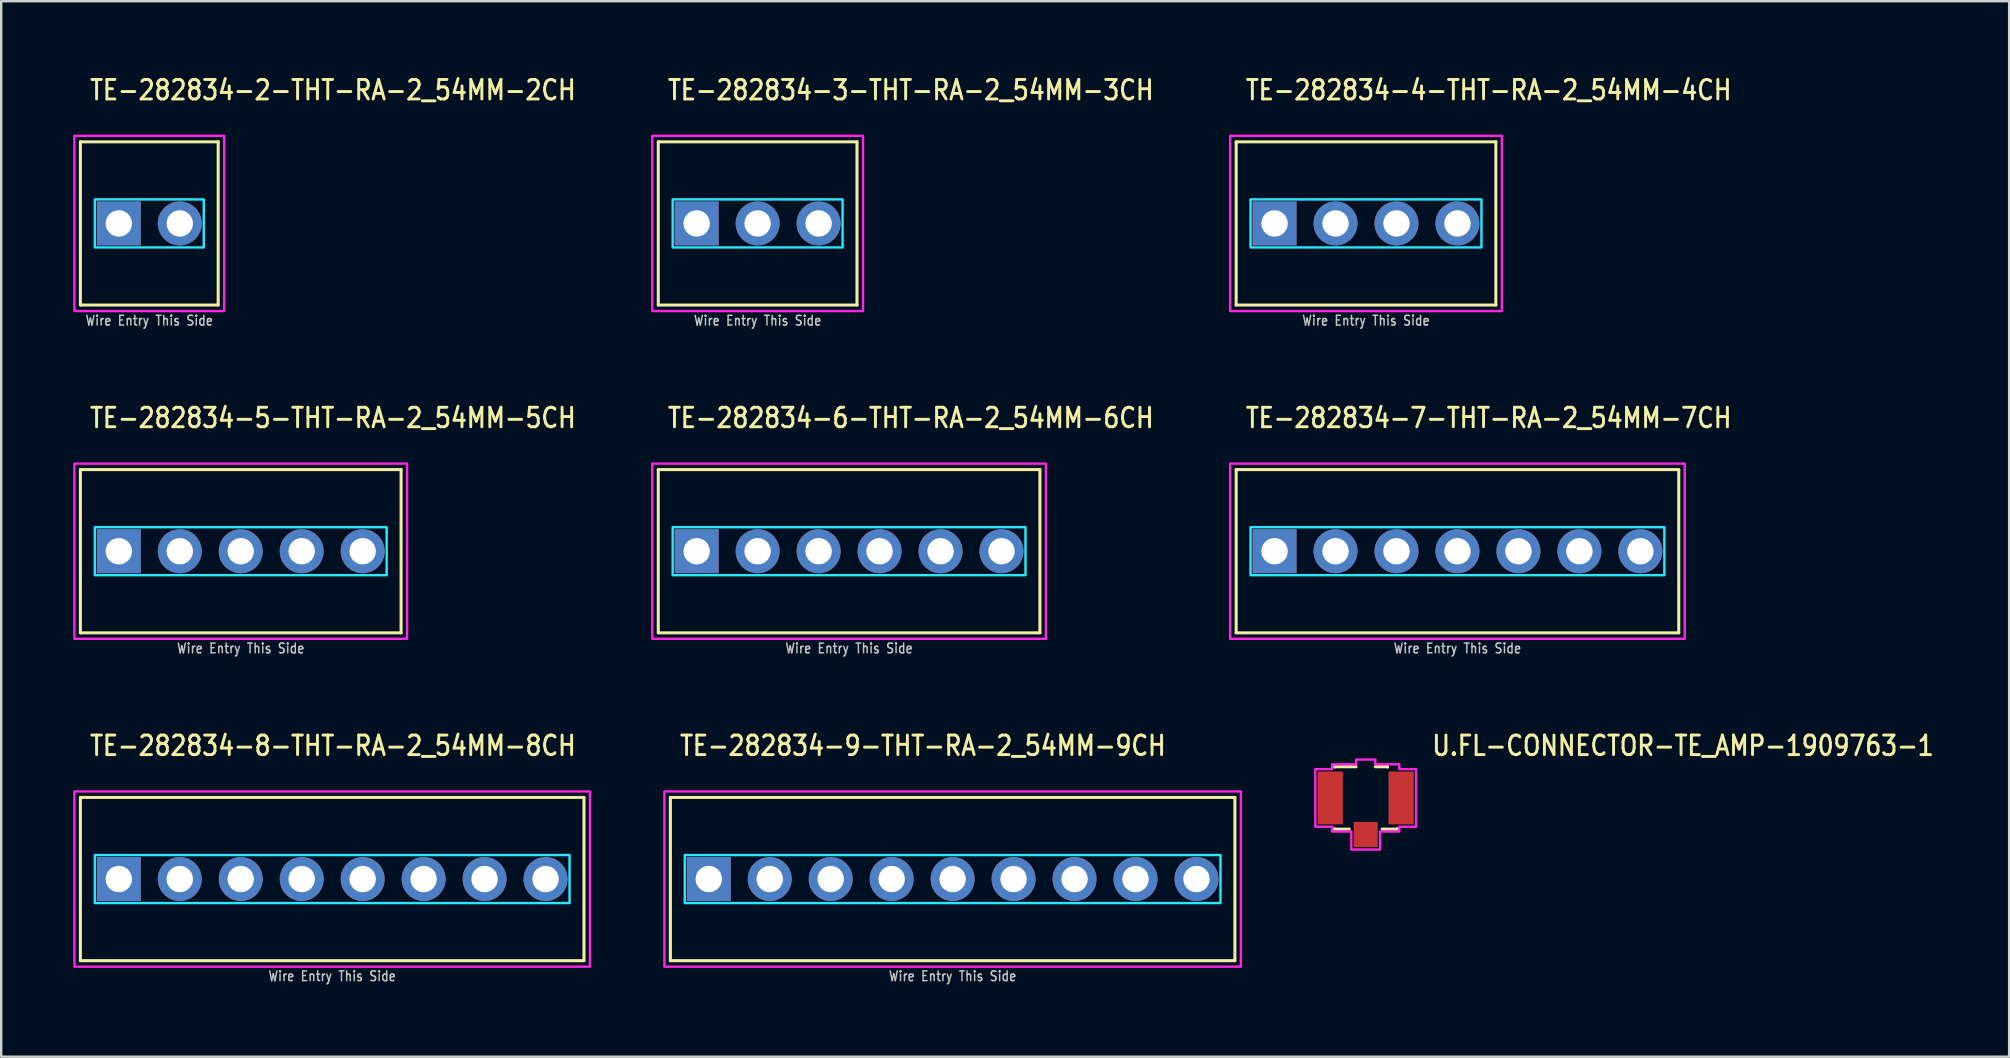
<source format=kicad_pcb>
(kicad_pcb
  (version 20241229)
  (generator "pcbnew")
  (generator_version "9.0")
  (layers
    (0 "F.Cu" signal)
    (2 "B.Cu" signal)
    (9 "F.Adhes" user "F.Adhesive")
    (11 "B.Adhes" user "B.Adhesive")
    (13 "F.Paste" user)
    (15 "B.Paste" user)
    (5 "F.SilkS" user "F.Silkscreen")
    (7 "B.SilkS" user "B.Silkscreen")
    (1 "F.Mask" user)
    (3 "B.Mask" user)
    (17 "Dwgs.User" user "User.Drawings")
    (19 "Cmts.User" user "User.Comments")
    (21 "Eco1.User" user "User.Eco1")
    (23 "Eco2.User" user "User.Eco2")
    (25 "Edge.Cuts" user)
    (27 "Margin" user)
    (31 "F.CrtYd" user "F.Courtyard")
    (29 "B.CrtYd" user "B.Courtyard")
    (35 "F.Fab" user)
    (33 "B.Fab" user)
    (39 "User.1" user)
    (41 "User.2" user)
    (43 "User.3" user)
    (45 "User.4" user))
  (footprint "TE-282834-6-THT-RA-2_54MM-6CH"
    (layer "F.Cu")
    (at 32.326 19.916)
    (property "Reference" "TE-282834-6-THT-RA-2_54MM-6CH" (at -7.62 -5.08 0) (unlocked yes) (layer "F.SilkS") (effects (font (size 0.813 0.695) (thickness 0.122)) (justify left bottom)))
    (fp_line (start -7.95 -3.4) (end 7.95 -3.4) (stroke (width 0.127) (type solid)) (layer "F.SilkS"))
    (fp_line (start -7.95 3.4) (end -7.95 -3.4) (stroke (width 0.127) (type solid)) (layer "F.SilkS"))
    (fp_line (start 7.95 -3.4) (end 7.95 3.4) (stroke (width 0.127) (type solid)) (layer "F.SilkS"))
    (fp_line (start 7.95 3.4) (end -7.95 3.4) (stroke (width 0.127) (type solid)) (layer "F.SilkS"))
    (fp_poly (pts (xy -7.35 -1) (xy -7.35 1) (xy 7.35 1) (xy 7.35 -1)) (stroke (width 0.1) (type solid)) (fill no) (layer "B.CrtYd"))
    (fp_poly (pts (xy -8.2 -3.65) (xy 8.2 -3.65) (xy 8.2 3.65) (xy -8.2 3.65)) (stroke (width 0.1) (type solid)) (fill no) (layer "F.CrtYd"))
    (fp_text user "Wire Entry This Side" (at 0 3.81 0) (unlocked yes) (layer "Dwgs.User") (effects (font (size 0.406 0.347) (thickness 0.061)) (justify top)))
    (pad "1" thru_hole rect (at -6.35 0) (size 1.833 1.833) (drill 1.1) (layers "*.Cu" "*.Mask"))
    (pad "2" thru_hole oval (at -3.81 0) (size 1.833 1.833) (drill 1.1) (layers "*.Cu" "*.Mask"))
    (pad "3" thru_hole oval (at -1.27 0) (size 1.833 1.833) (drill 1.1) (layers "*.Cu" "*.Mask"))
    (pad "4" thru_hole oval (at 1.27 0) (size 1.833 1.833) (drill 1.1) (layers "*.Cu" "*.Mask"))
    (pad "5" thru_hole oval (at 3.81 0) (size 1.833 1.833) (drill 1.1) (layers "*.Cu" "*.Mask"))
    (pad "6" thru_hole oval (at 6.35 0) (size 1.833 1.833) (drill 1.1) (layers "*.Cu" "*.Mask")))
  (footprint "TE-282834-5-THT-RA-2_54MM-5CH"
    (layer "F.Cu")
    (at 6.98 19.916)
    (property "Reference" "TE-282834-5-THT-RA-2_54MM-5CH" (at -6.35 -5.08 0) (unlocked yes) (layer "F.SilkS") (effects (font (size 0.813 0.695) (thickness 0.122)) (justify left bottom)))
    (fp_line (start -6.68 -3.4) (end 6.68 -3.4) (stroke (width 0.127) (type solid)) (layer "F.SilkS"))
    (fp_line (start -6.68 3.4) (end -6.68 -3.4) (stroke (width 0.127) (type solid)) (layer "F.SilkS"))
    (fp_line (start 6.68 -3.4) (end 6.68 3.4) (stroke (width 0.127) (type solid)) (layer "F.SilkS"))
    (fp_line (start 6.68 3.4) (end -6.68 3.4) (stroke (width 0.127) (type solid)) (layer "F.SilkS"))
    (fp_poly (pts (xy -6.08 -1) (xy -6.08 1) (xy 6.08 1) (xy 6.08 -1)) (stroke (width 0.1) (type solid)) (fill no) (layer "B.CrtYd"))
    (fp_poly (pts (xy -6.93 -3.65) (xy 6.93 -3.65) (xy 6.93 3.65) (xy -6.93 3.65)) (stroke (width 0.1) (type solid)) (fill no) (layer "F.CrtYd"))
    (fp_text user "Wire Entry This Side" (at 0 3.81 0) (unlocked yes) (layer "Dwgs.User") (effects (font (size 0.406 0.347) (thickness 0.061)) (justify top)))
    (pad "1" thru_hole rect (at -5.08 0) (size 1.833 1.833) (drill 1.1) (layers "*.Cu" "*.Mask"))
    (pad "2" thru_hole oval (at -2.54 0) (size 1.833 1.833) (drill 1.1) (layers "*.Cu" "*.Mask"))
    (pad "3" thru_hole oval (at 0 0) (size 1.833 1.833) (drill 1.1) (layers "*.Cu" "*.Mask"))
    (pad "4" thru_hole oval (at 2.54 0) (size 1.833 1.833) (drill 1.1) (layers "*.Cu" "*.Mask"))
    (pad "5" thru_hole oval (at 5.08 0) (size 1.833 1.833) (drill 1.1) (layers "*.Cu" "*.Mask")))
  (footprint "TE-282834-8-THT-RA-2_54MM-8CH"
    (layer "F.Cu")
    (at 10.79 33.574)
    (property "Reference" "TE-282834-8-THT-RA-2_54MM-8CH" (at -10.16 -5.08 0) (unlocked yes) (layer "F.SilkS") (effects (font (size 0.813 0.695) (thickness 0.122)) (justify left bottom)))
    (fp_line (start -10.49 -3.4) (end 10.49 -3.4) (stroke (width 0.127) (type solid)) (layer "F.SilkS"))
    (fp_line (start -10.49 3.4) (end -10.49 -3.4) (stroke (width 0.127) (type solid)) (layer "F.SilkS"))
    (fp_line (start 10.49 -3.4) (end 10.49 3.4) (stroke (width 0.127) (type solid)) (layer "F.SilkS"))
    (fp_line (start 10.49 3.4) (end -10.49 3.4) (stroke (width 0.127) (type solid)) (layer "F.SilkS"))
    (fp_poly (pts (xy -9.89 -1) (xy -9.89 1) (xy 9.89 1) (xy 9.89 -1)) (stroke (width 0.1) (type solid)) (fill no) (layer "B.CrtYd"))
    (fp_poly (pts (xy -10.74 -3.65) (xy 10.74 -3.65) (xy 10.74 3.65) (xy -10.74 3.65)) (stroke (width 0.1) (type solid)) (fill no) (layer "F.CrtYd"))
    (fp_text user "Wire Entry This Side" (at 0 3.81 0) (unlocked yes) (layer "Dwgs.User") (effects (font (size 0.406 0.347) (thickness 0.061)) (justify top)))
    (pad "1" thru_hole rect (at -8.89 0) (size 1.833 1.833) (drill 1.1) (layers "*.Cu" "*.Mask"))
    (pad "2" thru_hole oval (at -6.35 0) (size 1.833 1.833) (drill 1.1) (layers "*.Cu" "*.Mask"))
    (pad "3" thru_hole oval (at -3.81 0) (size 1.833 1.833) (drill 1.1) (layers "*.Cu" "*.Mask"))
    (pad "4" thru_hole oval (at -1.27 0) (size 1.833 1.833) (drill 1.1) (layers "*.Cu" "*.Mask"))
    (pad "5" thru_hole oval (at 1.27 0) (size 1.833 1.833) (drill 1.1) (layers "*.Cu" "*.Mask"))
    (pad "6" thru_hole oval (at 3.81 0) (size 1.833 1.833) (drill 1.1) (layers "*.Cu" "*.Mask"))
    (pad "7" thru_hole oval (at 6.35 0) (size 1.833 1.833) (drill 1.1) (layers "*.Cu" "*.Mask"))
    (pad "8" thru_hole oval (at 8.89 0) (size 1.833 1.833) (drill 1.1) (layers "*.Cu" "*.Mask")))
  (footprint "U.FL-CONNECTOR-TE_AMP-1909763-1"
    (layer "F.Cu")
    (at 53.85 30.194)
    (property "Reference" "U.FL-CONNECTOR-TE_AMP-1909763-1" (at 2.7 -1.7 0) (unlocked yes) (layer "F.SilkS") (effects (font (size 0.813 0.695) (thickness 0.122)) (justify left bottom)))
    (fp_poly (pts (xy -0.8 -1.2) (xy 0.8 -1.2) (xy 0.8 0.9) (xy -0.8 0.9)) (stroke (width 0) (type solid)) (fill yes) (layer "F.Mask"))
    (fp_line (start -1.3 -1.3) (end -1.3 -1.286) (stroke (width 0.127) (type solid)) (layer "F.SilkS"))
    (fp_line (start -1.3 -1.3) (end -0.4 -1.3) (stroke (width 0.127) (type solid)) (layer "F.SilkS"))
    (fp_line (start -1.3 1.3) (end -1.3 1.286) (stroke (width 0.127) (type solid)) (layer "F.SilkS"))
    (fp_line (start -0.686 1.3) (end -1.3 1.3) (stroke (width 0.127) (type solid)) (layer "F.SilkS"))
    (fp_line (start 0.4 -1.3) (end 0.9 -1.3) (stroke (width 0.127) (type solid)) (layer "F.SilkS"))
    (fp_line (start 0.686 1.3) (end 1.3 1.3) (stroke (width 0.127) (type solid)) (layer "F.SilkS"))
    (fp_line (start 0.9 -1.3) (end 0.913 -1.286) (stroke (width 0.127) (type solid)) (layer "F.SilkS"))
    (fp_line (start 1.3 1.3) (end 1.3 1.286) (stroke (width 0.127) (type solid)) (layer "F.SilkS"))
    (fp_poly (pts (xy -1.4 -1.2) (xy -1.4 -1.4) (xy -0.4 -1.4) (xy -0.4 -1.6) (xy 0.4 -1.6) (xy 0.4 -1.4) (xy 1.4 -1.4) (xy 1.4 -1.2) (xy 2.1 -1.2) (xy 2.1 1.2) (xy 1.4 1.2) (xy 1.4 1.4) (xy 0.6 1.4) (xy 0.6 2.15) (xy -0.6 2.15) (xy -0.6 1.4) (xy -1.4 1.4) (xy -1.4 1.2) (xy -2.1 1.2) (xy -2.1 -1.2)) (stroke (width 0.1) (type solid)) (fill no) (layer "F.CrtYd"))
    (pad "1" smd rect (at -1.475 0) (size 1.05 2.2) (layers "F.Cu" "F.Mask" "F.Paste"))
    (pad "2" smd rect (at 1.475 0) (size 1.05 2.2) (layers "F.Cu" "F.Mask" "F.Paste"))
    (pad "3" smd rect (at 0 1.525) (size 1 1.05) (layers "F.Cu" "F.Mask" "F.Paste")))
  (footprint "TE-282834-9-THT-RA-2_54MM-9CH"
    (layer "F.Cu")
    (at 36.64 33.574)
    (property "Reference" "TE-282834-9-THT-RA-2_54MM-9CH" (at -11.43 -5.08 0) (unlocked yes) (layer "F.SilkS") (effects (font (size 0.813 0.695) (thickness 0.122)) (justify left bottom)))
    (fp_line (start -11.76 -3.4) (end 11.76 -3.4) (stroke (width 0.127) (type solid)) (layer "F.SilkS"))
    (fp_line (start -11.76 3.4) (end -11.76 -3.4) (stroke (width 0.127) (type solid)) (layer "F.SilkS"))
    (fp_line (start 11.76 -3.4) (end 11.76 3.4) (stroke (width 0.127) (type solid)) (layer "F.SilkS"))
    (fp_line (start 11.76 3.4) (end -11.76 3.4) (stroke (width 0.127) (type solid)) (layer "F.SilkS"))
    (fp_poly (pts (xy -11.16 -1) (xy -11.16 1) (xy 11.16 1) (xy 11.16 -1)) (stroke (width 0.1) (type solid)) (fill no) (layer "B.CrtYd"))
    (fp_poly (pts (xy -12.01 -3.65) (xy 12.01 -3.65) (xy 12.01 3.65) (xy -12.01 3.65)) (stroke (width 0.1) (type solid)) (fill no) (layer "F.CrtYd"))
    (fp_text user "Wire Entry This Side" (at 0 3.81 0) (unlocked yes) (layer "Dwgs.User") (effects (font (size 0.406 0.347) (thickness 0.061)) (justify top)))
    (pad "1" thru_hole rect (at -10.16 0) (size 1.833 1.833) (drill 1.1) (layers "*.Cu" "*.Mask"))
    (pad "2" thru_hole oval (at -7.62 0) (size 1.833 1.833) (drill 1.1) (layers "*.Cu" "*.Mask"))
    (pad "3" thru_hole oval (at -5.08 0) (size 1.833 1.833) (drill 1.1) (layers "*.Cu" "*.Mask"))
    (pad "4" thru_hole oval (at -2.54 0) (size 1.833 1.833) (drill 1.1) (layers "*.Cu" "*.Mask"))
    (pad "5" thru_hole oval (at 0 0) (size 1.833 1.833) (drill 1.1) (layers "*.Cu" "*.Mask"))
    (pad "6" thru_hole oval (at 2.54 0) (size 1.833 1.833) (drill 1.1) (layers "*.Cu" "*.Mask"))
    (pad "7" thru_hole oval (at 5.08 0) (size 1.833 1.833) (drill 1.1) (layers "*.Cu" "*.Mask"))
    (pad "8" thru_hole oval (at 7.62 0) (size 1.833 1.833) (drill 1.1) (layers "*.Cu" "*.Mask"))
    (pad "9" thru_hole oval (at 10.16 0) (size 1.833 1.833) (drill 1.1) (layers "*.Cu" "*.Mask")))
  (footprint "TE-282834-2-THT-RA-2_54MM-2CH"
    (layer "F.Cu")
    (at 3.17 6.259)
    (property "Reference" "TE-282834-2-THT-RA-2_54MM-2CH" (at -2.54 -5.08 0) (unlocked yes) (layer "F.SilkS") (effects (font (size 0.813 0.695) (thickness 0.122)) (justify left bottom)))
    (fp_line (start -2.87 -3.4) (end 2.87 -3.4) (stroke (width 0.127) (type solid)) (layer "F.SilkS"))
    (fp_line (start -2.87 3.4) (end -2.87 -3.4) (stroke (width 0.127) (type solid)) (layer "F.SilkS"))
    (fp_line (start 2.87 -3.4) (end 2.87 3.4) (stroke (width 0.127) (type solid)) (layer "F.SilkS"))
    (fp_line (start 2.87 3.4) (end -2.87 3.4) (stroke (width 0.127) (type solid)) (layer "F.SilkS"))
    (fp_poly (pts (xy -2.27 -1) (xy -2.27 1) (xy 2.27 1) (xy 2.27 -1)) (stroke (width 0.1) (type solid)) (fill no) (layer "B.CrtYd"))
    (fp_poly (pts (xy -3.12 -3.65) (xy 3.12 -3.65) (xy 3.12 3.65) (xy -3.12 3.65)) (stroke (width 0.1) (type solid)) (fill no) (layer "F.CrtYd"))
    (fp_text user "Wire Entry This Side" (at 0 3.81 0) (unlocked yes) (layer "Dwgs.User") (effects (font (size 0.406 0.347) (thickness 0.061)) (justify top)))
    (pad "1" thru_hole rect (at -1.27 0) (size 1.833 1.833) (drill 1.1) (layers "*.Cu" "*.Mask"))
    (pad "2" thru_hole oval (at 1.27 0) (size 1.833 1.833) (drill 1.1) (layers "*.Cu" "*.Mask")))
  (footprint "TE-282834-4-THT-RA-2_54MM-4CH"
    (layer "F.Cu")
    (at 53.863 6.259)
    (property "Reference" "TE-282834-4-THT-RA-2_54MM-4CH" (at -5.08 -5.08 0) (unlocked yes) (layer "F.SilkS") (effects (font (size 0.813 0.695) (thickness 0.122)) (justify left bottom)))
    (fp_line (start -5.41 -3.4) (end 5.41 -3.4) (stroke (width 0.127) (type solid)) (layer "F.SilkS"))
    (fp_line (start -5.41 3.4) (end -5.41 -3.4) (stroke (width 0.127) (type solid)) (layer "F.SilkS"))
    (fp_line (start 5.41 -3.4) (end 5.41 3.4) (stroke (width 0.127) (type solid)) (layer "F.SilkS"))
    (fp_line (start 5.41 3.4) (end -5.41 3.4) (stroke (width 0.127) (type solid)) (layer "F.SilkS"))
    (fp_poly (pts (xy -4.81 -1) (xy -4.81 1) (xy 4.81 1) (xy 4.81 -1)) (stroke (width 0.1) (type solid)) (fill no) (layer "B.CrtYd"))
    (fp_poly (pts (xy -5.66 -3.65) (xy 5.66 -3.65) (xy 5.66 3.65) (xy -5.66 3.65)) (stroke (width 0.1) (type solid)) (fill no) (layer "F.CrtYd"))
    (fp_text user "Wire Entry This Side" (at 0 3.81 0) (unlocked yes) (layer "Dwgs.User") (effects (font (size 0.406 0.347) (thickness 0.061)) (justify top)))
    (pad "1" thru_hole rect (at -3.81 0) (size 1.833 1.833) (drill 1.1) (layers "*.Cu" "*.Mask"))
    (pad "2" thru_hole oval (at -1.27 0) (size 1.833 1.833) (drill 1.1) (layers "*.Cu" "*.Mask"))
    (pad "3" thru_hole oval (at 1.27 0) (size 1.833 1.833) (drill 1.1) (layers "*.Cu" "*.Mask"))
    (pad "4" thru_hole oval (at 3.81 0) (size 1.833 1.833) (drill 1.1) (layers "*.Cu" "*.Mask")))
  (footprint "TE-282834-7-THT-RA-2_54MM-7CH"
    (layer "F.Cu")
    (at 57.673 19.916)
    (property "Reference" "TE-282834-7-THT-RA-2_54MM-7CH" (at -8.89 -5.08 0) (unlocked yes) (layer "F.SilkS") (effects (font (size 0.813 0.695) (thickness 0.122)) (justify left bottom)))
    (fp_line (start -9.22 -3.4) (end 9.22 -3.4) (stroke (width 0.127) (type solid)) (layer "F.SilkS"))
    (fp_line (start -9.22 3.4) (end -9.22 -3.4) (stroke (width 0.127) (type solid)) (layer "F.SilkS"))
    (fp_line (start 9.22 -3.4) (end 9.22 3.4) (stroke (width 0.127) (type solid)) (layer "F.SilkS"))
    (fp_line (start 9.22 3.4) (end -9.22 3.4) (stroke (width 0.127) (type solid)) (layer "F.SilkS"))
    (fp_poly (pts (xy -8.62 -1) (xy -8.62 1) (xy 8.62 1) (xy 8.62 -1)) (stroke (width 0.1) (type solid)) (fill no) (layer "B.CrtYd"))
    (fp_poly (pts (xy -9.47 -3.65) (xy 9.47 -3.65) (xy 9.47 3.65) (xy -9.47 3.65)) (stroke (width 0.1) (type solid)) (fill no) (layer "F.CrtYd"))
    (fp_text user "Wire Entry This Side" (at 0 3.81 0) (unlocked yes) (layer "Dwgs.User") (effects (font (size 0.406 0.347) (thickness 0.061)) (justify top)))
    (pad "1" thru_hole rect (at -7.62 0) (size 1.833 1.833) (drill 1.1) (layers "*.Cu" "*.Mask"))
    (pad "2" thru_hole oval (at -5.08 0) (size 1.833 1.833) (drill 1.1) (layers "*.Cu" "*.Mask"))
    (pad "3" thru_hole oval (at -2.54 0) (size 1.833 1.833) (drill 1.1) (layers "*.Cu" "*.Mask"))
    (pad "4" thru_hole oval (at 0 0) (size 1.833 1.833) (drill 1.1) (layers "*.Cu" "*.Mask"))
    (pad "5" thru_hole oval (at 2.54 0) (size 1.833 1.833) (drill 1.1) (layers "*.Cu" "*.Mask"))
    (pad "6" thru_hole oval (at 5.08 0) (size 1.833 1.833) (drill 1.1) (layers "*.Cu" "*.Mask"))
    (pad "7" thru_hole oval (at 7.62 0) (size 1.833 1.833) (drill 1.1) (layers "*.Cu" "*.Mask")))
  (footprint "TE-282834-3-THT-RA-2_54MM-3CH"
    (layer "F.Cu")
    (at 28.516 6.259)
    (property "Reference" "TE-282834-3-THT-RA-2_54MM-3CH" (at -3.81 -5.08 0) (unlocked yes) (layer "F.SilkS") (effects (font (size 0.813 0.695) (thickness 0.122)) (justify left bottom)))
    (fp_line (start -4.14 -3.4) (end 4.14 -3.4) (stroke (width 0.127) (type solid)) (layer "F.SilkS"))
    (fp_line (start -4.14 3.4) (end -4.14 -3.4) (stroke (width 0.127) (type solid)) (layer "F.SilkS"))
    (fp_line (start 4.14 -3.4) (end 4.14 3.4) (stroke (width 0.127) (type solid)) (layer "F.SilkS"))
    (fp_line (start 4.14 3.4) (end -4.14 3.4) (stroke (width 0.127) (type solid)) (layer "F.SilkS"))
    (fp_poly (pts (xy -3.54 -1) (xy -3.54 1) (xy 3.54 1) (xy 3.54 -1)) (stroke (width 0.1) (type solid)) (fill no) (layer "B.CrtYd"))
    (fp_poly (pts (xy -4.39 -3.65) (xy 4.39 -3.65) (xy 4.39 3.65) (xy -4.39 3.65)) (stroke (width 0.1) (type solid)) (fill no) (layer "F.CrtYd"))
    (fp_text user "Wire Entry This Side" (at 0 3.81 0) (unlocked yes) (layer "Dwgs.User") (effects (font (size 0.406 0.347) (thickness 0.061)) (justify top)))
    (pad "1" thru_hole rect (at -2.54 0) (size 1.833 1.833) (drill 1.1) (layers "*.Cu" "*.Mask"))
    (pad "2" thru_hole oval (at 0 0) (size 1.833 1.833) (drill 1.1) (layers "*.Cu" "*.Mask"))
    (pad "3" thru_hole oval (at 2.54 0) (size 1.833 1.833) (drill 1.1) (layers "*.Cu" "*.Mask")))
  (gr_rect
    (start -3 -3)
    (end 80.658 40.974)
    (stroke (width 0.1) (type default))
    (fill no)
    (layer "Edge.Cuts")))
</source>
